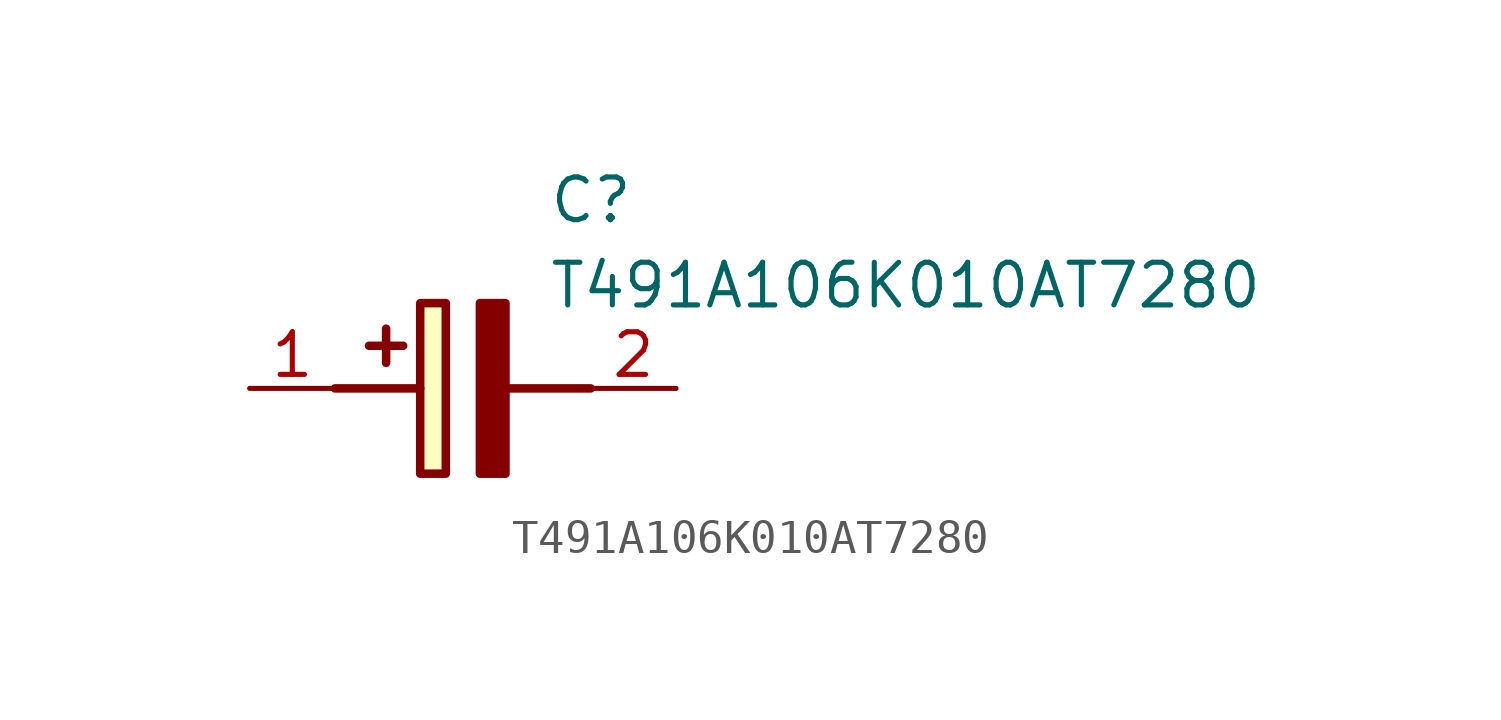
<source format=kicad_sym>
(kicad_symbol_lib
  (version 20211014)
  (generator SamacSys_ECAD_Model)
  (symbol "T491A106K010AT7280"
    (pin_names hide)
    (property "Reference" "C"
      (at 8.89 6.35 0)
      (effects (font (size 1.27 1.27)) (justify left top)))
    (property "Value" "T491A106K010AT7280"
      (at 8.89 3.81 0)
      (effects (font (size 1.27 1.27)) (justify left top)))
    (rectangle
      (start 5.08 2.54)
      (end 5.842 -2.54)
      (stroke (width 0.254) (type default))
      (fill (type background)))
    (polyline
      (pts (xy 4.572 1.27) (xy 3.556 1.27))
      (stroke (width 0.254) (type default))
      (fill (type none)))
    (polyline
      (pts (xy 4.064 1.778) (xy 4.064 0.762))
      (stroke (width 0.254) (type default))
      (fill (type none)))
    (polyline
      (pts (xy 2.54 0) (xy 5.08 0))
      (stroke (width 0.254) (type default))
      (fill (type none)))
    (polyline
      (pts (xy 7.62 0) (xy 10.16 0))
      (stroke (width 0.254) (type default))
      (fill (type none)))
    (polyline
      (pts (xy 7.62 2.54) (xy 7.62 -2.54) (xy 6.858 -2.54) (xy 6.858 2.54) (xy 7.62 2.54))
      (stroke (width 0.254) (type default))
      (fill (type outline)))
    (pin passive line
      (at 0 0 0)
      (length 2.54)
      (name "+" (effects (font (size 1.27 1.27))))
      (number "1" (effects (font (size 1.27 1.27)))))
    (pin passive line
      (at 12.7 0 180)
      (length 2.54)
      (name "-" (effects (font (size 1.27 1.27))))
      (number "2" (effects (font (size 1.27 1.27)))))))
</source>
